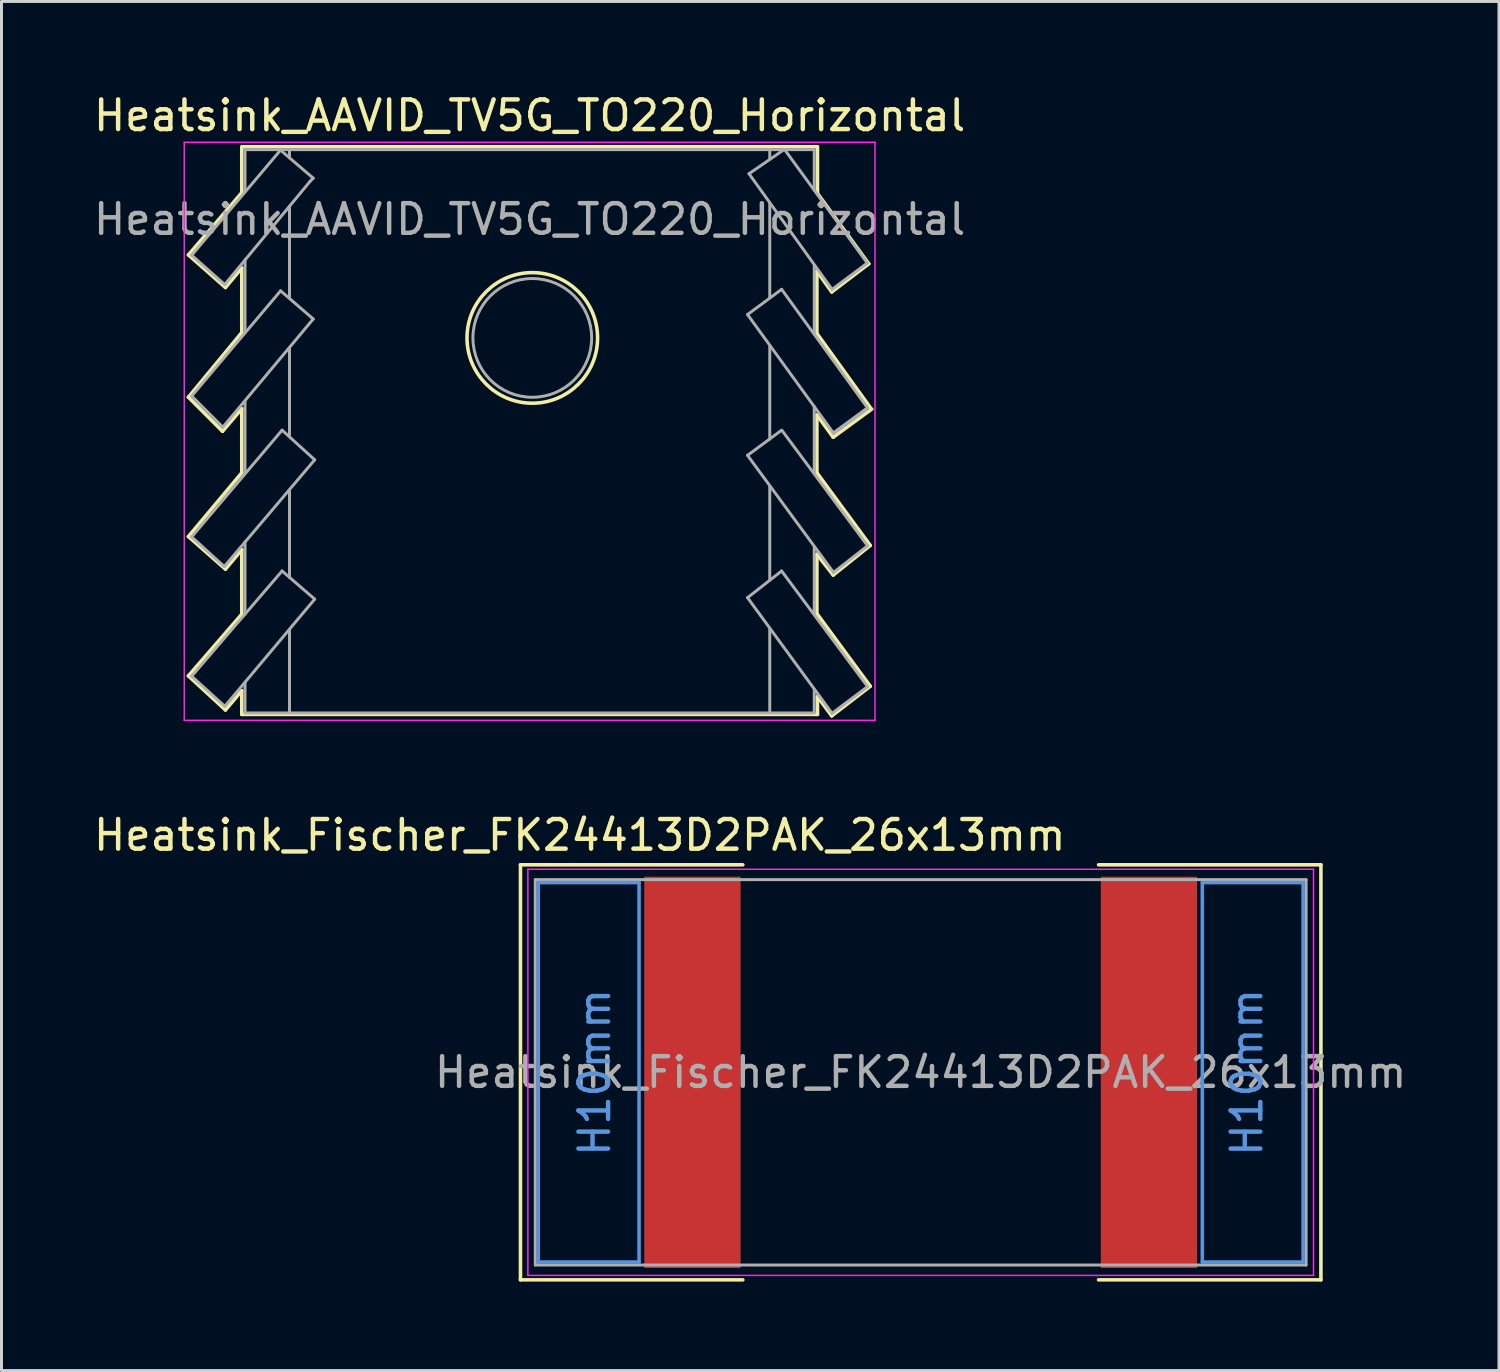
<source format=kicad_pcb>
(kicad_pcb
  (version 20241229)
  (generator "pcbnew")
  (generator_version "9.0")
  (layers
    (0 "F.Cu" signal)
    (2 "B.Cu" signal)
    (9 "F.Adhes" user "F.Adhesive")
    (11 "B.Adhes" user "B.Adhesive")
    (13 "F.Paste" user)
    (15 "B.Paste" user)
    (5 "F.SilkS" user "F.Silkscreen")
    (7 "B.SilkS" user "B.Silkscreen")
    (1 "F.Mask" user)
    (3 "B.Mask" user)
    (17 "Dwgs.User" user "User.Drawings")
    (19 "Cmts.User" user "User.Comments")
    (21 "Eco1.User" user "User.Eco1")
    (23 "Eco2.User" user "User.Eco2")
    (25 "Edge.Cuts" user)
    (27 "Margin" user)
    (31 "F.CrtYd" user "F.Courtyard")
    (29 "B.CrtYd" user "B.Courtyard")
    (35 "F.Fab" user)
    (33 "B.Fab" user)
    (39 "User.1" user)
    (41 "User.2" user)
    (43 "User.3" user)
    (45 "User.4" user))
  (footprint "Heatsink_Fischer_FK24413D2PAK_26x13mm"
    (layer "F.Cu")
    (at 28.006 33.121)
    (property "Reference" "Heatsink_Fischer_FK24413D2PAK_26x13mm" (at -11.5 -8 180) (layer "F.SilkS") (effects (font (size 1 1) (thickness 0.15))))
    (attr smd)
    (fp_line (start -13.5 -7) (end -6 -7) (stroke (width 0.12) (type solid)) (layer "F.SilkS"))
    (fp_line (start -13.5 7) (end -13.5 -7) (stroke (width 0.12) (type solid)) (layer "F.SilkS"))
    (fp_line (start -13.5 7) (end -6 7) (stroke (width 0.12) (type solid)) (layer "F.SilkS"))
    (fp_line (start 6 -7) (end 13.5 -7) (stroke (width 0.12) (type solid)) (layer "F.SilkS"))
    (fp_line (start 6 7) (end 13.5 7) (stroke (width 0.12) (type solid)) (layer "F.SilkS"))
    (fp_line (start 13.5 -7) (end 13.5 7) (stroke (width 0.12) (type solid)) (layer "F.SilkS"))
    (fp_line (start -12.9 -6.4) (end -9.5 -6.4) (stroke (width 0.12) (type solid)) (layer "Cmts.User"))
    (fp_line (start -12.9 6.4) (end -12.9 -6.4) (stroke (width 0.12) (type solid)) (layer "Cmts.User"))
    (fp_line (start -9.5 -6.4) (end -9.5 6.4) (stroke (width 0.12) (type solid)) (layer "Cmts.User"))
    (fp_line (start -9.5 6.4) (end -12.9 6.4) (stroke (width 0.12) (type solid)) (layer "Cmts.User"))
    (fp_line (start 9.5 6.4) (end 9.5 -6.4) (stroke (width 0.12) (type solid)) (layer "Cmts.User"))
    (fp_line (start 9.5 6.4) (end 12.9 6.4) (stroke (width 0.12) (type solid)) (layer "Cmts.User"))
    (fp_line (start 12.9 -6.4) (end 9.5 -6.4) (stroke (width 0.12) (type solid)) (layer "Cmts.User"))
    (fp_line (start 12.9 6.4) (end 12.9 -6.4) (stroke (width 0.12) (type solid)) (layer "Cmts.User"))
    (fp_line (start -13.25 -6.85) (end -13.25 6.85) (stroke (width 0.05) (type solid)) (layer "F.CrtYd"))
    (fp_line (start -13.25 -6.85) (end 13.25 -6.85) (stroke (width 0.05) (type solid)) (layer "F.CrtYd"))
    (fp_line (start 13.25 6.85) (end -13.25 6.85) (stroke (width 0.05) (type solid)) (layer "F.CrtYd"))
    (fp_line (start 13.25 6.85) (end 13.25 -6.85) (stroke (width 0.05) (type solid)) (layer "F.CrtYd"))
    (fp_line (start -13 -6.5) (end 13 -6.5) (stroke (width 0.1) (type solid)) (layer "F.Fab"))
    (fp_line (start -13 6.5) (end -13 -6.5) (stroke (width 0.1) (type solid)) (layer "F.Fab"))
    (fp_line (start 13 -6.5) (end 13 6.5) (stroke (width 0.1) (type solid)) (layer "F.Fab"))
    (fp_line (start 13 6.5) (end -13 6.5) (stroke (width 0.1) (type solid)) (layer "F.Fab"))
    (fp_text user "H10mm" (at -11 0 90) (layer "Cmts.User") (effects (font (size 1 1) (thickness 0.15))))
    (fp_text user "H10mm" (at 11 0 90) (layer "Cmts.User") (effects (font (size 1 1) (thickness 0.15))))
    (fp_text user "${REFERENCE}" (at 0 0 0) (layer "F.Fab") (effects (font (size 1 1) (thickness 0.15))))
    (pad "1" smd rect (at -7.7 0 180) (size 3.25 13.2) (layers "F.Cu" "F.Mask" "F.Paste"))
    (pad "1" smd rect (at 7.7 0) (size 3.25 13.2) (layers "F.Cu" "F.Mask" "F.Paste")))
  (footprint "Heatsink_AAVID_TV5G_TO220_Horizontal"
    (layer "F.Cu")
    (at 14.815 8.348)
    (property "Reference" "Heatsink_AAVID_TV5G_TO220_Horizontal" (at 0 -7.5 0) (layer "F.SilkS") (effects (font (size 1 1) (thickness 0.15))))
    (attr through_hole)
    (fp_line (start -11.51 -2.8) (end -9.7 -4.91) (stroke (width 0.12) (type solid)) (layer "F.SilkS"))
    (fp_line (start -11.51 2) (end -9.71 -0.18) (stroke (width 0.12) (type solid)) (layer "F.SilkS"))
    (fp_line (start -11.51 6.7) (end -9.71 4.55) (stroke (width 0.12) (type solid)) (layer "F.SilkS"))
    (fp_line (start -11.51 11.4) (end -9.71 9.32) (stroke (width 0.12) (type solid)) (layer "F.SilkS"))
    (fp_line (start -10.36 3.15) (end -11.51 2) (stroke (width 0.12) (type solid)) (layer "F.SilkS"))
    (fp_line (start -10.26 -1.7) (end -11.51 -2.8) (stroke (width 0.12) (type solid)) (layer "F.SilkS"))
    (fp_line (start -10.26 7.8) (end -11.51 6.7) (stroke (width 0.12) (type solid)) (layer "F.SilkS"))
    (fp_line (start -10.26 12.55) (end -11.51 11.4) (stroke (width 0.12) (type solid)) (layer "F.SilkS"))
    (fp_line (start -9.71 -4.94) (end -9.71 -6.45) (stroke (width 0.12) (type solid)) (layer "F.SilkS"))
    (fp_line (start -9.71 -2.36) (end -10.26 -1.7) (stroke (width 0.12) (type solid)) (layer "F.SilkS"))
    (fp_line (start -9.71 -0.19) (end -9.71 -2.35) (stroke (width 0.12) (type solid)) (layer "F.SilkS"))
    (fp_line (start -9.71 2.39) (end -10.36 3.15) (stroke (width 0.12) (type solid)) (layer "F.SilkS"))
    (fp_line (start -9.71 4.54) (end -9.71 2.39) (stroke (width 0.12) (type solid)) (layer "F.SilkS"))
    (fp_line (start -9.71 7.14) (end -10.26 7.8) (stroke (width 0.12) (type solid)) (layer "F.SilkS"))
    (fp_line (start -9.71 9.32) (end -9.71 7.15) (stroke (width 0.12) (type solid)) (layer "F.SilkS"))
    (fp_line (start -9.71 11.9) (end -10.26 12.55) (stroke (width 0.12) (type solid)) (layer "F.SilkS"))
    (fp_line (start -9.71 12.7) (end -9.71 11.9) (stroke (width 0.12) (type solid)) (layer "F.SilkS"))
    (fp_line (start -9.69 -6.45) (end 9.69 -6.45) (stroke (width 0.12) (type solid)) (layer "F.SilkS"))
    (fp_line (start 9.69 -4.9) (end 11.44 -2.5) (stroke (width 0.12) (type solid)) (layer "F.SilkS"))
    (fp_line (start 9.69 -2.25) (end 9.69 -0.15) (stroke (width 0.12) (type solid)) (layer "F.SilkS"))
    (fp_line (start 9.69 -0.15) (end 11.49 2.35) (stroke (width 0.12) (type solid)) (layer "F.SilkS"))
    (fp_line (start 9.69 2.6) (end 9.69 4.55) (stroke (width 0.12) (type solid)) (layer "F.SilkS"))
    (fp_line (start 9.69 4.55) (end 11.49 7) (stroke (width 0.12) (type solid)) (layer "F.SilkS"))
    (fp_line (start 9.69 7.3) (end 9.69 9.3) (stroke (width 0.12) (type solid)) (layer "F.SilkS"))
    (fp_line (start 9.69 9.3) (end 11.49 11.75) (stroke (width 0.12) (type solid)) (layer "F.SilkS"))
    (fp_line (start 9.71 -6.45) (end 9.71 -4.9) (stroke (width 0.12) (type solid)) (layer "F.SilkS"))
    (fp_line (start 9.71 12.1) (end 9.71 12.7) (stroke (width 0.12) (type solid)) (layer "F.SilkS"))
    (fp_line (start 9.71 12.7) (end -9.71 12.7) (stroke (width 0.12) (type solid)) (layer "F.SilkS"))
    (fp_line (start 10.19 -1.55) (end 9.69 -2.25) (stroke (width 0.12) (type solid)) (layer "F.SilkS"))
    (fp_line (start 10.19 12.75) (end 9.71 12.1) (stroke (width 0.12) (type solid)) (layer "F.SilkS"))
    (fp_line (start 10.24 3.35) (end 9.69 2.6) (stroke (width 0.12) (type solid)) (layer "F.SilkS"))
    (fp_line (start 10.24 8) (end 9.69 7.3) (stroke (width 0.12) (type solid)) (layer "F.SilkS"))
    (fp_line (start 11.44 -2.5) (end 10.19 -1.55) (stroke (width 0.12) (type solid)) (layer "F.SilkS"))
    (fp_line (start 11.49 7) (end 10.24 8) (stroke (width 0.12) (type solid)) (layer "F.SilkS"))
    (fp_line (start 11.49 11.75) (end 10.19 12.75) (stroke (width 0.12) (type solid)) (layer "F.SilkS"))
    (fp_line (start 11.54 2.4) (end 10.24 3.35) (stroke (width 0.12) (type solid)) (layer "F.SilkS"))
    (fp_circle (center 0.09 0) (end 2.29 -0.1) (stroke (width 0.12) (type solid)) (fill no) (layer "F.SilkS"))
    (fp_line (start -11.65 -6.6) (end -11.65 12.9) (stroke (width 0.05) (type solid)) (layer "F.CrtYd"))
    (fp_line (start -11.65 12.9) (end 11.65 12.9) (stroke (width 0.05) (type solid)) (layer "F.CrtYd"))
    (fp_line (start 11.65 -6.6) (end -11.65 -6.6) (stroke (width 0.05) (type solid)) (layer "F.CrtYd"))
    (fp_line (start 11.65 12.9) (end 11.65 -6.6) (stroke (width 0.05) (type solid)) (layer "F.CrtYd"))
    (fp_line (start -11.4 -2.788) (end -10.285 -1.8) (stroke (width 0.1) (type solid)) (layer "F.Fab"))
    (fp_line (start -11.4 1.962) (end -10.35 3.012) (stroke (width 0.1) (type solid)) (layer "F.Fab"))
    (fp_line (start -11.4 1.962) (end -8.4 -1.588) (stroke (width 0.1) (type solid)) (layer "F.Fab"))
    (fp_line (start -11.4 6.712) (end -8.35 3.112) (stroke (width 0.1) (type solid)) (layer "F.Fab"))
    (fp_line (start -11.4 11.412) (end -10.285 12.425) (stroke (width 0.1) (type solid)) (layer "F.Fab"))
    (fp_line (start -11.4 11.412) (end -8.35 7.862) (stroke (width 0.1) (type solid)) (layer "F.Fab"))
    (fp_line (start -10.35 3.012) (end -7.3 -0.638) (stroke (width 0.1) (type solid)) (layer "F.Fab"))
    (fp_line (start -10.3 7.712) (end -11.4 6.712) (stroke (width 0.1) (type solid)) (layer "F.Fab"))
    (fp_line (start -10.285 -1.8) (end -7.4 -5.288) (stroke (width 0.1) (type solid)) (layer "F.Fab"))
    (fp_line (start -9.6 -6.35) (end -9.6 -4.95) (stroke (width 0.1) (type solid)) (layer "F.Fab"))
    (fp_line (start -9.6 -2.63) (end -9.6 -0.18) (stroke (width 0.1) (type solid)) (layer "F.Fab"))
    (fp_line (start -9.6 2.13) (end -9.6 4.56) (stroke (width 0.1) (type solid)) (layer "F.Fab"))
    (fp_line (start -9.6 6.88) (end -9.6 9.3) (stroke (width 0.1) (type solid)) (layer "F.Fab"))
    (fp_line (start -9.6 11.61) (end -9.6 12.65) (stroke (width 0.1) (type solid)) (layer "F.Fab"))
    (fp_line (start -9.6 12.65) (end 9.6 12.65) (stroke (width 0.1) (type solid)) (layer "F.Fab"))
    (fp_line (start -8.4 -6.338) (end -11.4 -2.788) (stroke (width 0.1) (type solid)) (layer "F.Fab"))
    (fp_line (start -8.35 -6.288) (end -7.3 -5.388) (stroke (width 0.1) (type solid)) (layer "F.Fab"))
    (fp_line (start -8.35 3.112) (end -7.25 4.112) (stroke (width 0.1) (type solid)) (layer "F.Fab"))
    (fp_line (start -8.35 7.862) (end -7.25 8.812) (stroke (width 0.1) (type solid)) (layer "F.Fab"))
    (fp_line (start -8.1 -6.338) (end -8.1 -6.07) (stroke (width 0.1) (type solid)) (layer "F.Fab"))
    (fp_line (start -8.1 -4.44) (end -8.1 -1.35) (stroke (width 0.1) (type solid)) (layer "F.Fab"))
    (fp_line (start -8.1 0.34) (end -8.1 3.33) (stroke (width 0.1) (type solid)) (layer "F.Fab"))
    (fp_line (start -8.1 5.13) (end -8.1 8.08) (stroke (width 0.1) (type solid)) (layer "F.Fab"))
    (fp_line (start -8.1 9.86) (end -8.1 12.65) (stroke (width 0.1) (type solid)) (layer "F.Fab"))
    (fp_line (start -7.3 -5.388) (end -7.4 -5.288) (stroke (width 0.1) (type solid)) (layer "F.Fab"))
    (fp_line (start -7.3 -0.638) (end -8.4 -1.588) (stroke (width 0.1) (type solid)) (layer "F.Fab"))
    (fp_line (start -7.25 4.112) (end -10.3 7.712) (stroke (width 0.1) (type solid)) (layer "F.Fab"))
    (fp_line (start -7.25 8.812) (end -10.26 12.4) (stroke (width 0.1) (type solid)) (layer "F.Fab"))
    (fp_line (start 7.35 -0.788) (end 8.5 -1.638) (stroke (width 0.1) (type solid)) (layer "F.Fab"))
    (fp_line (start 7.35 3.962) (end 8.5 3.112) (stroke (width 0.1) (type solid)) (layer "F.Fab"))
    (fp_line (start 7.35 8.762) (end 10.2 12.662) (stroke (width 0.1) (type solid)) (layer "F.Fab"))
    (fp_line (start 7.4 -5.538) (end 10.2 -1.638) (stroke (width 0.1) (type solid)) (layer "F.Fab"))
    (fp_line (start 8.1 -6.35) (end 8.1 -6.03) (stroke (width 0.1) (type solid)) (layer "F.Fab"))
    (fp_line (start 8.1 -4.538) (end 8.1 -1.388) (stroke (width 0.1) (type solid)) (layer "F.Fab"))
    (fp_line (start 8.1 0.262) (end 8.1 3.412) (stroke (width 0.1) (type solid)) (layer "F.Fab"))
    (fp_line (start 8.1 5.012) (end 8.1 8.162) (stroke (width 0.1) (type solid)) (layer "F.Fab"))
    (fp_line (start 8.1 9.812) (end 8.1 12.612) (stroke (width 0.1) (type solid)) (layer "F.Fab"))
    (fp_line (start 8.5 -1.638) (end 11.4 2.362) (stroke (width 0.1) (type solid)) (layer "F.Fab"))
    (fp_line (start 8.5 7.862) (end 7.35 8.762) (stroke (width 0.1) (type solid)) (layer "F.Fab"))
    (fp_line (start 8.515 3.125) (end 11.4 7.012) (stroke (width 0.1) (type solid)) (layer "F.Fab"))
    (fp_line (start 8.55 -6.33) (end 7.4 -5.538) (stroke (width 0.1) (type solid)) (layer "F.Fab"))
    (fp_line (start 9.6 -6.35) (end -9.6 -6.35) (stroke (width 0.1) (type solid)) (layer "F.Fab"))
    (fp_line (start 9.6 -6.338) (end 9.6 -4.98) (stroke (width 0.1) (type solid)) (layer "F.Fab"))
    (fp_line (start 9.6 -2.438) (end 9.6 -0.138) (stroke (width 0.1) (type solid)) (layer "F.Fab"))
    (fp_line (start 9.6 2.312) (end 9.6 4.562) (stroke (width 0.1) (type solid)) (layer "F.Fab"))
    (fp_line (start 9.6 7.062) (end 9.6 9.312) (stroke (width 0.1) (type solid)) (layer "F.Fab"))
    (fp_line (start 9.6 11.862) (end 9.6 12.612) (stroke (width 0.1) (type solid)) (layer "F.Fab"))
    (fp_line (start 10.2 -1.638) (end 11.39 -2.525) (stroke (width 0.1) (type solid)) (layer "F.Fab"))
    (fp_line (start 10.2 12.662) (end 11.4 11.762) (stroke (width 0.1) (type solid)) (layer "F.Fab"))
    (fp_line (start 10.25 3.212) (end 7.35 -0.788) (stroke (width 0.1) (type solid)) (layer "F.Fab"))
    (fp_line (start 10.25 7.912) (end 7.35 3.962) (stroke (width 0.1) (type solid)) (layer "F.Fab"))
    (fp_line (start 11.39 -2.525) (end 8.61 -6.34) (stroke (width 0.1) (type solid)) (layer "F.Fab"))
    (fp_line (start 11.39 2.375) (end 10.25 3.212) (stroke (width 0.12) (type solid)) (layer "F.Fab"))
    (fp_line (start 11.4 7.012) (end 10.25 7.912) (stroke (width 0.1) (type solid)) (layer "F.Fab"))
    (fp_line (start 11.4 11.762) (end 8.5 7.862) (stroke (width 0.1) (type solid)) (layer "F.Fab"))
    (fp_circle (center 0.09 0) (end 2.09 0.1) (stroke (width 0.1) (type solid)) (fill no) (layer "F.Fab"))
    (fp_text user "${REFERENCE}" (at 0 -4 0) (layer "F.Fab") (effects (font (size 1 1) (thickness 0.15)))))
  (gr_rect
    (start -3 -3)
    (end 47.512 43.181)
    (stroke (width 0.1) (type default))
    (fill no)
    (layer "Edge.Cuts")))
</source>
